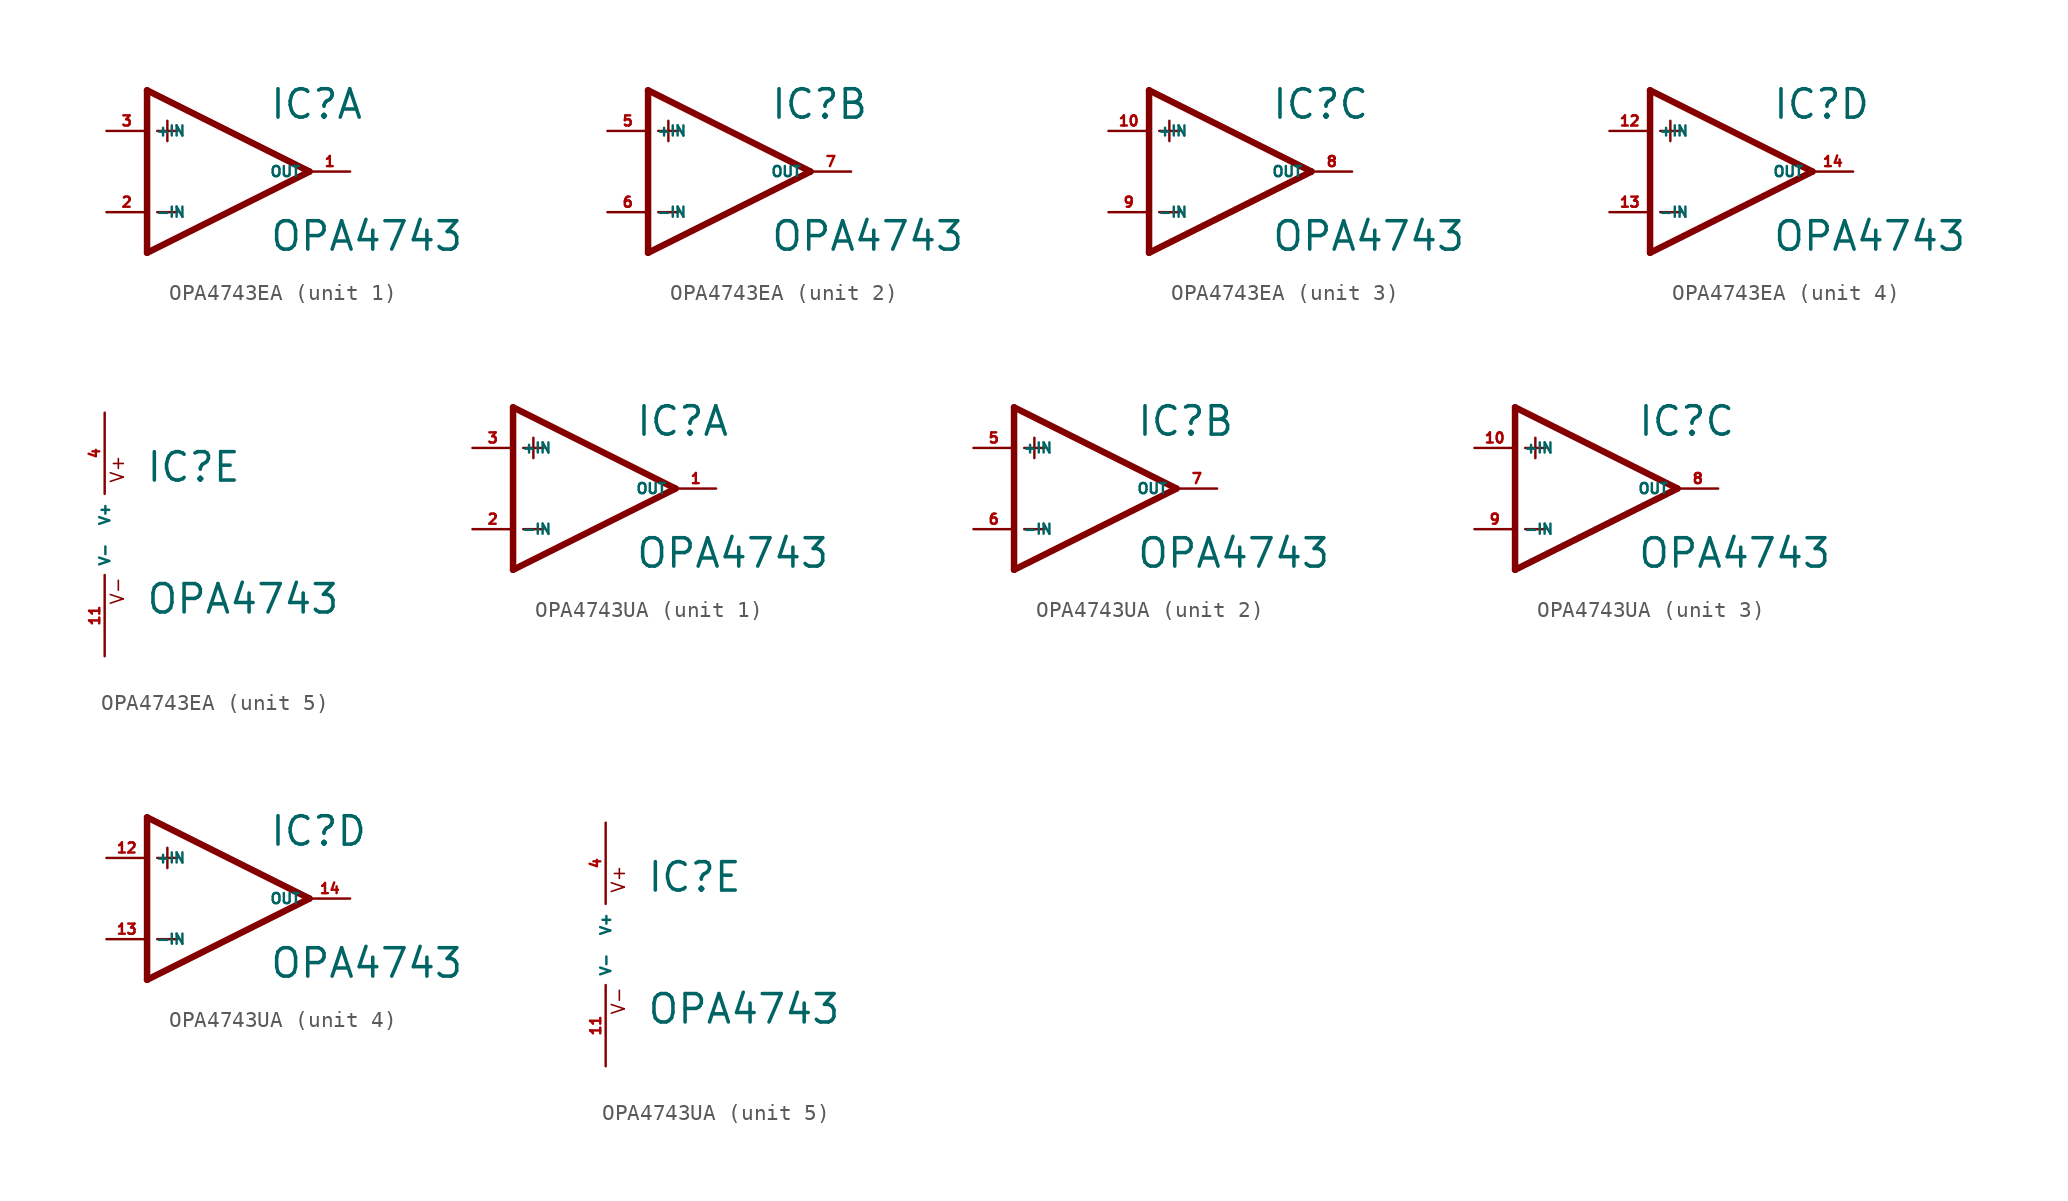
<source format=kicad_sym>
(kicad_symbol_lib
  (version 20220914)
  (generator Eagle2Kicad)
  (symbol "OPA4743EA"
    (property "Reference" "IC"
      (at 2.54 3.175 0)
      (effects (font (size 1.778 1.778) (thickness 0.22)) (justify left bottom)))
    (property "Value" "OPA4743"
      (at 2.54 -5.08 0)
      (effects (font (size 1.778 1.778) (thickness 0.22)) (justify left bottom)))
    (symbol "OPA4743EA_1_0"
      (polyline (pts (xy -5.08 5.08) (xy -5.08 -5.08)) (stroke (width 0.406) (type default)) (fill (type none)))
      (polyline (pts (xy -5.08 -5.08) (xy 5.08 0)) (stroke (width 0.406) (type default)) (fill (type none)))
      (polyline (pts (xy 5.08 0) (xy -5.08 5.08)) (stroke (width 0.406) (type default)) (fill (type none)))
      (polyline (pts (xy -3.81 3.175) (xy -3.81 1.905)) (stroke (width 0.152) (type default)) (fill (type none)))
      (polyline (pts (xy -4.445 2.54) (xy -3.175 2.54)) (stroke (width 0.152) (type default)) (fill (type none)))
      (polyline (pts (xy -4.445 -2.54) (xy -3.175 -2.54)) (stroke (width 0.152) (type default)) (fill (type none)))
      (pin input line (at -7.62 -2.54 0) (length 2.54) (name "-IN" (effects (font (size 0.635 0.635) (thickness 0.08)) (justify left bottom))) (number "2" (effects (font (size 0.635 0.635) (thickness 0.08)) (justify left bottom))))
      (pin input line (at -7.62 2.54 0) (length 2.54) (name "+IN" (effects (font (size 0.635 0.635) (thickness 0.08)) (justify left bottom))) (number "3" (effects (font (size 0.635 0.635) (thickness 0.08)) (justify left bottom))))
      (pin output line (at 7.62 0 180) (length 2.54) (name "OUT" (effects (font (size 0.635 0.635) (thickness 0.08)) (justify left bottom))) (number "1" (effects (font (size 0.635 0.635) (thickness 0.08)) (justify left bottom)))))
    (symbol "OPA4743EA_2_0"
      (polyline (pts (xy -5.08 5.08) (xy -5.08 -5.08)) (stroke (width 0.406) (type default)) (fill (type none)))
      (polyline (pts (xy -5.08 -5.08) (xy 5.08 0)) (stroke (width 0.406) (type default)) (fill (type none)))
      (polyline (pts (xy 5.08 0) (xy -5.08 5.08)) (stroke (width 0.406) (type default)) (fill (type none)))
      (polyline (pts (xy -3.81 3.175) (xy -3.81 1.905)) (stroke (width 0.152) (type default)) (fill (type none)))
      (polyline (pts (xy -4.445 2.54) (xy -3.175 2.54)) (stroke (width 0.152) (type default)) (fill (type none)))
      (polyline (pts (xy -4.445 -2.54) (xy -3.175 -2.54)) (stroke (width 0.152) (type default)) (fill (type none)))
      (pin input line (at -7.62 -2.54 0) (length 2.54) (name "-IN" (effects (font (size 0.635 0.635) (thickness 0.08)) (justify left bottom))) (number "6" (effects (font (size 0.635 0.635) (thickness 0.08)) (justify left bottom))))
      (pin input line (at -7.62 2.54 0) (length 2.54) (name "+IN" (effects (font (size 0.635 0.635) (thickness 0.08)) (justify left bottom))) (number "5" (effects (font (size 0.635 0.635) (thickness 0.08)) (justify left bottom))))
      (pin output line (at 7.62 0 180) (length 2.54) (name "OUT" (effects (font (size 0.635 0.635) (thickness 0.08)) (justify left bottom))) (number "7" (effects (font (size 0.635 0.635) (thickness 0.08)) (justify left bottom)))))
    (symbol "OPA4743EA_3_0"
      (polyline (pts (xy -5.08 5.08) (xy -5.08 -5.08)) (stroke (width 0.406) (type default)) (fill (type none)))
      (polyline (pts (xy -5.08 -5.08) (xy 5.08 0)) (stroke (width 0.406) (type default)) (fill (type none)))
      (polyline (pts (xy 5.08 0) (xy -5.08 5.08)) (stroke (width 0.406) (type default)) (fill (type none)))
      (polyline (pts (xy -3.81 3.175) (xy -3.81 1.905)) (stroke (width 0.152) (type default)) (fill (type none)))
      (polyline (pts (xy -4.445 2.54) (xy -3.175 2.54)) (stroke (width 0.152) (type default)) (fill (type none)))
      (polyline (pts (xy -4.445 -2.54) (xy -3.175 -2.54)) (stroke (width 0.152) (type default)) (fill (type none)))
      (pin input line (at -7.62 -2.54 0) (length 2.54) (name "-IN" (effects (font (size 0.635 0.635) (thickness 0.08)) (justify left bottom))) (number "9" (effects (font (size 0.635 0.635) (thickness 0.08)) (justify left bottom))))
      (pin input line (at -7.62 2.54 0) (length 2.54) (name "+IN" (effects (font (size 0.635 0.635) (thickness 0.08)) (justify left bottom))) (number "10" (effects (font (size 0.635 0.635) (thickness 0.08)) (justify left bottom))))
      (pin output line (at 7.62 0 180) (length 2.54) (name "OUT" (effects (font (size 0.635 0.635) (thickness 0.08)) (justify left bottom))) (number "8" (effects (font (size 0.635 0.635) (thickness 0.08)) (justify left bottom)))))
    (symbol "OPA4743EA_4_0"
      (polyline (pts (xy -5.08 5.08) (xy -5.08 -5.08)) (stroke (width 0.406) (type default)) (fill (type none)))
      (polyline (pts (xy -5.08 -5.08) (xy 5.08 0)) (stroke (width 0.406) (type default)) (fill (type none)))
      (polyline (pts (xy 5.08 0) (xy -5.08 5.08)) (stroke (width 0.406) (type default)) (fill (type none)))
      (polyline (pts (xy -3.81 3.175) (xy -3.81 1.905)) (stroke (width 0.152) (type default)) (fill (type none)))
      (polyline (pts (xy -4.445 2.54) (xy -3.175 2.54)) (stroke (width 0.152) (type default)) (fill (type none)))
      (polyline (pts (xy -4.445 -2.54) (xy -3.175 -2.54)) (stroke (width 0.152) (type default)) (fill (type none)))
      (pin input line (at -7.62 -2.54 0) (length 2.54) (name "-IN" (effects (font (size 0.635 0.635) (thickness 0.08)) (justify left bottom))) (number "13" (effects (font (size 0.635 0.635) (thickness 0.08)) (justify left bottom))))
      (pin input line (at -7.62 2.54 0) (length 2.54) (name "+IN" (effects (font (size 0.635 0.635) (thickness 0.08)) (justify left bottom))) (number "12" (effects (font (size 0.635 0.635) (thickness 0.08)) (justify left bottom))))
      (pin output line (at 7.62 0 180) (length 2.54) (name "OUT" (effects (font (size 0.635 0.635) (thickness 0.08)) (justify left bottom))) (number "14" (effects (font (size 0.635 0.635) (thickness 0.08)) (justify left bottom)))))
    (symbol "OPA4743EA_5_0"
      (text "V+" (at 1.27 3.175 900) (effects (font (size 0.813 0.813) (thickness 0.10)) (justify left bottom)))
      (text "V-" (at 1.27 -4.445 900) (effects (font (size 0.813 0.813) (thickness 0.10)) (justify left bottom)))
      (pin unspecified line (at 0 7.62 270) (length 5.08) (name "V+" (effects (font (size 0.635 0.635) (thickness 0.08)) (justify left bottom))) (number "4" (effects (font (size 0.635 0.635) (thickness 0.08)) (justify left bottom))))
      (pin unspecified line (at 0 -7.62 90) (length 5.08) (name "V-" (effects (font (size 0.635 0.635) (thickness 0.08)) (justify left bottom))) (number "11" (effects (font (size 0.635 0.635) (thickness 0.08)) (justify left bottom))))))
  (symbol "OPA4743UA"
    (property "Reference" "IC"
      (at 2.54 3.175 0)
      (effects (font (size 1.778 1.778) (thickness 0.22)) (justify left bottom)))
    (property "Value" "OPA4743"
      (at 2.54 -5.08 0)
      (effects (font (size 1.778 1.778) (thickness 0.22)) (justify left bottom)))
    (symbol "OPA4743UA_1_0"
      (polyline (pts (xy -5.08 5.08) (xy -5.08 -5.08)) (stroke (width 0.406) (type default)) (fill (type none)))
      (polyline (pts (xy -5.08 -5.08) (xy 5.08 0)) (stroke (width 0.406) (type default)) (fill (type none)))
      (polyline (pts (xy 5.08 0) (xy -5.08 5.08)) (stroke (width 0.406) (type default)) (fill (type none)))
      (polyline (pts (xy -3.81 3.175) (xy -3.81 1.905)) (stroke (width 0.152) (type default)) (fill (type none)))
      (polyline (pts (xy -4.445 2.54) (xy -3.175 2.54)) (stroke (width 0.152) (type default)) (fill (type none)))
      (polyline (pts (xy -4.445 -2.54) (xy -3.175 -2.54)) (stroke (width 0.152) (type default)) (fill (type none)))
      (pin input line (at -7.62 -2.54 0) (length 2.54) (name "-IN" (effects (font (size 0.635 0.635) (thickness 0.08)) (justify left bottom))) (number "2" (effects (font (size 0.635 0.635) (thickness 0.08)) (justify left bottom))))
      (pin input line (at -7.62 2.54 0) (length 2.54) (name "+IN" (effects (font (size 0.635 0.635) (thickness 0.08)) (justify left bottom))) (number "3" (effects (font (size 0.635 0.635) (thickness 0.08)) (justify left bottom))))
      (pin output line (at 7.62 0 180) (length 2.54) (name "OUT" (effects (font (size 0.635 0.635) (thickness 0.08)) (justify left bottom))) (number "1" (effects (font (size 0.635 0.635) (thickness 0.08)) (justify left bottom)))))
    (symbol "OPA4743UA_2_0"
      (polyline (pts (xy -5.08 5.08) (xy -5.08 -5.08)) (stroke (width 0.406) (type default)) (fill (type none)))
      (polyline (pts (xy -5.08 -5.08) (xy 5.08 0)) (stroke (width 0.406) (type default)) (fill (type none)))
      (polyline (pts (xy 5.08 0) (xy -5.08 5.08)) (stroke (width 0.406) (type default)) (fill (type none)))
      (polyline (pts (xy -3.81 3.175) (xy -3.81 1.905)) (stroke (width 0.152) (type default)) (fill (type none)))
      (polyline (pts (xy -4.445 2.54) (xy -3.175 2.54)) (stroke (width 0.152) (type default)) (fill (type none)))
      (polyline (pts (xy -4.445 -2.54) (xy -3.175 -2.54)) (stroke (width 0.152) (type default)) (fill (type none)))
      (pin input line (at -7.62 -2.54 0) (length 2.54) (name "-IN" (effects (font (size 0.635 0.635) (thickness 0.08)) (justify left bottom))) (number "6" (effects (font (size 0.635 0.635) (thickness 0.08)) (justify left bottom))))
      (pin input line (at -7.62 2.54 0) (length 2.54) (name "+IN" (effects (font (size 0.635 0.635) (thickness 0.08)) (justify left bottom))) (number "5" (effects (font (size 0.635 0.635) (thickness 0.08)) (justify left bottom))))
      (pin output line (at 7.62 0 180) (length 2.54) (name "OUT" (effects (font (size 0.635 0.635) (thickness 0.08)) (justify left bottom))) (number "7" (effects (font (size 0.635 0.635) (thickness 0.08)) (justify left bottom)))))
    (symbol "OPA4743UA_3_0"
      (polyline (pts (xy -5.08 5.08) (xy -5.08 -5.08)) (stroke (width 0.406) (type default)) (fill (type none)))
      (polyline (pts (xy -5.08 -5.08) (xy 5.08 0)) (stroke (width 0.406) (type default)) (fill (type none)))
      (polyline (pts (xy 5.08 0) (xy -5.08 5.08)) (stroke (width 0.406) (type default)) (fill (type none)))
      (polyline (pts (xy -3.81 3.175) (xy -3.81 1.905)) (stroke (width 0.152) (type default)) (fill (type none)))
      (polyline (pts (xy -4.445 2.54) (xy -3.175 2.54)) (stroke (width 0.152) (type default)) (fill (type none)))
      (polyline (pts (xy -4.445 -2.54) (xy -3.175 -2.54)) (stroke (width 0.152) (type default)) (fill (type none)))
      (pin input line (at -7.62 -2.54 0) (length 2.54) (name "-IN" (effects (font (size 0.635 0.635) (thickness 0.08)) (justify left bottom))) (number "9" (effects (font (size 0.635 0.635) (thickness 0.08)) (justify left bottom))))
      (pin input line (at -7.62 2.54 0) (length 2.54) (name "+IN" (effects (font (size 0.635 0.635) (thickness 0.08)) (justify left bottom))) (number "10" (effects (font (size 0.635 0.635) (thickness 0.08)) (justify left bottom))))
      (pin output line (at 7.62 0 180) (length 2.54) (name "OUT" (effects (font (size 0.635 0.635) (thickness 0.08)) (justify left bottom))) (number "8" (effects (font (size 0.635 0.635) (thickness 0.08)) (justify left bottom)))))
    (symbol "OPA4743UA_4_0"
      (polyline (pts (xy -5.08 5.08) (xy -5.08 -5.08)) (stroke (width 0.406) (type default)) (fill (type none)))
      (polyline (pts (xy -5.08 -5.08) (xy 5.08 0)) (stroke (width 0.406) (type default)) (fill (type none)))
      (polyline (pts (xy 5.08 0) (xy -5.08 5.08)) (stroke (width 0.406) (type default)) (fill (type none)))
      (polyline (pts (xy -3.81 3.175) (xy -3.81 1.905)) (stroke (width 0.152) (type default)) (fill (type none)))
      (polyline (pts (xy -4.445 2.54) (xy -3.175 2.54)) (stroke (width 0.152) (type default)) (fill (type none)))
      (polyline (pts (xy -4.445 -2.54) (xy -3.175 -2.54)) (stroke (width 0.152) (type default)) (fill (type none)))
      (pin input line (at -7.62 -2.54 0) (length 2.54) (name "-IN" (effects (font (size 0.635 0.635) (thickness 0.08)) (justify left bottom))) (number "13" (effects (font (size 0.635 0.635) (thickness 0.08)) (justify left bottom))))
      (pin input line (at -7.62 2.54 0) (length 2.54) (name "+IN" (effects (font (size 0.635 0.635) (thickness 0.08)) (justify left bottom))) (number "12" (effects (font (size 0.635 0.635) (thickness 0.08)) (justify left bottom))))
      (pin output line (at 7.62 0 180) (length 2.54) (name "OUT" (effects (font (size 0.635 0.635) (thickness 0.08)) (justify left bottom))) (number "14" (effects (font (size 0.635 0.635) (thickness 0.08)) (justify left bottom)))))
    (symbol "OPA4743UA_5_0"
      (text "V+" (at 1.27 3.175 900) (effects (font (size 0.813 0.813) (thickness 0.10)) (justify left bottom)))
      (text "V-" (at 1.27 -4.445 900) (effects (font (size 0.813 0.813) (thickness 0.10)) (justify left bottom)))
      (pin unspecified line (at 0 7.62 270) (length 5.08) (name "V+" (effects (font (size 0.635 0.635) (thickness 0.08)) (justify left bottom))) (number "4" (effects (font (size 0.635 0.635) (thickness 0.08)) (justify left bottom))))
      (pin unspecified line (at 0 -7.62 90) (length 5.08) (name "V-" (effects (font (size 0.635 0.635) (thickness 0.08)) (justify left bottom))) (number "11" (effects (font (size 0.635 0.635) (thickness 0.08)) (justify left bottom)))))))
</source>
